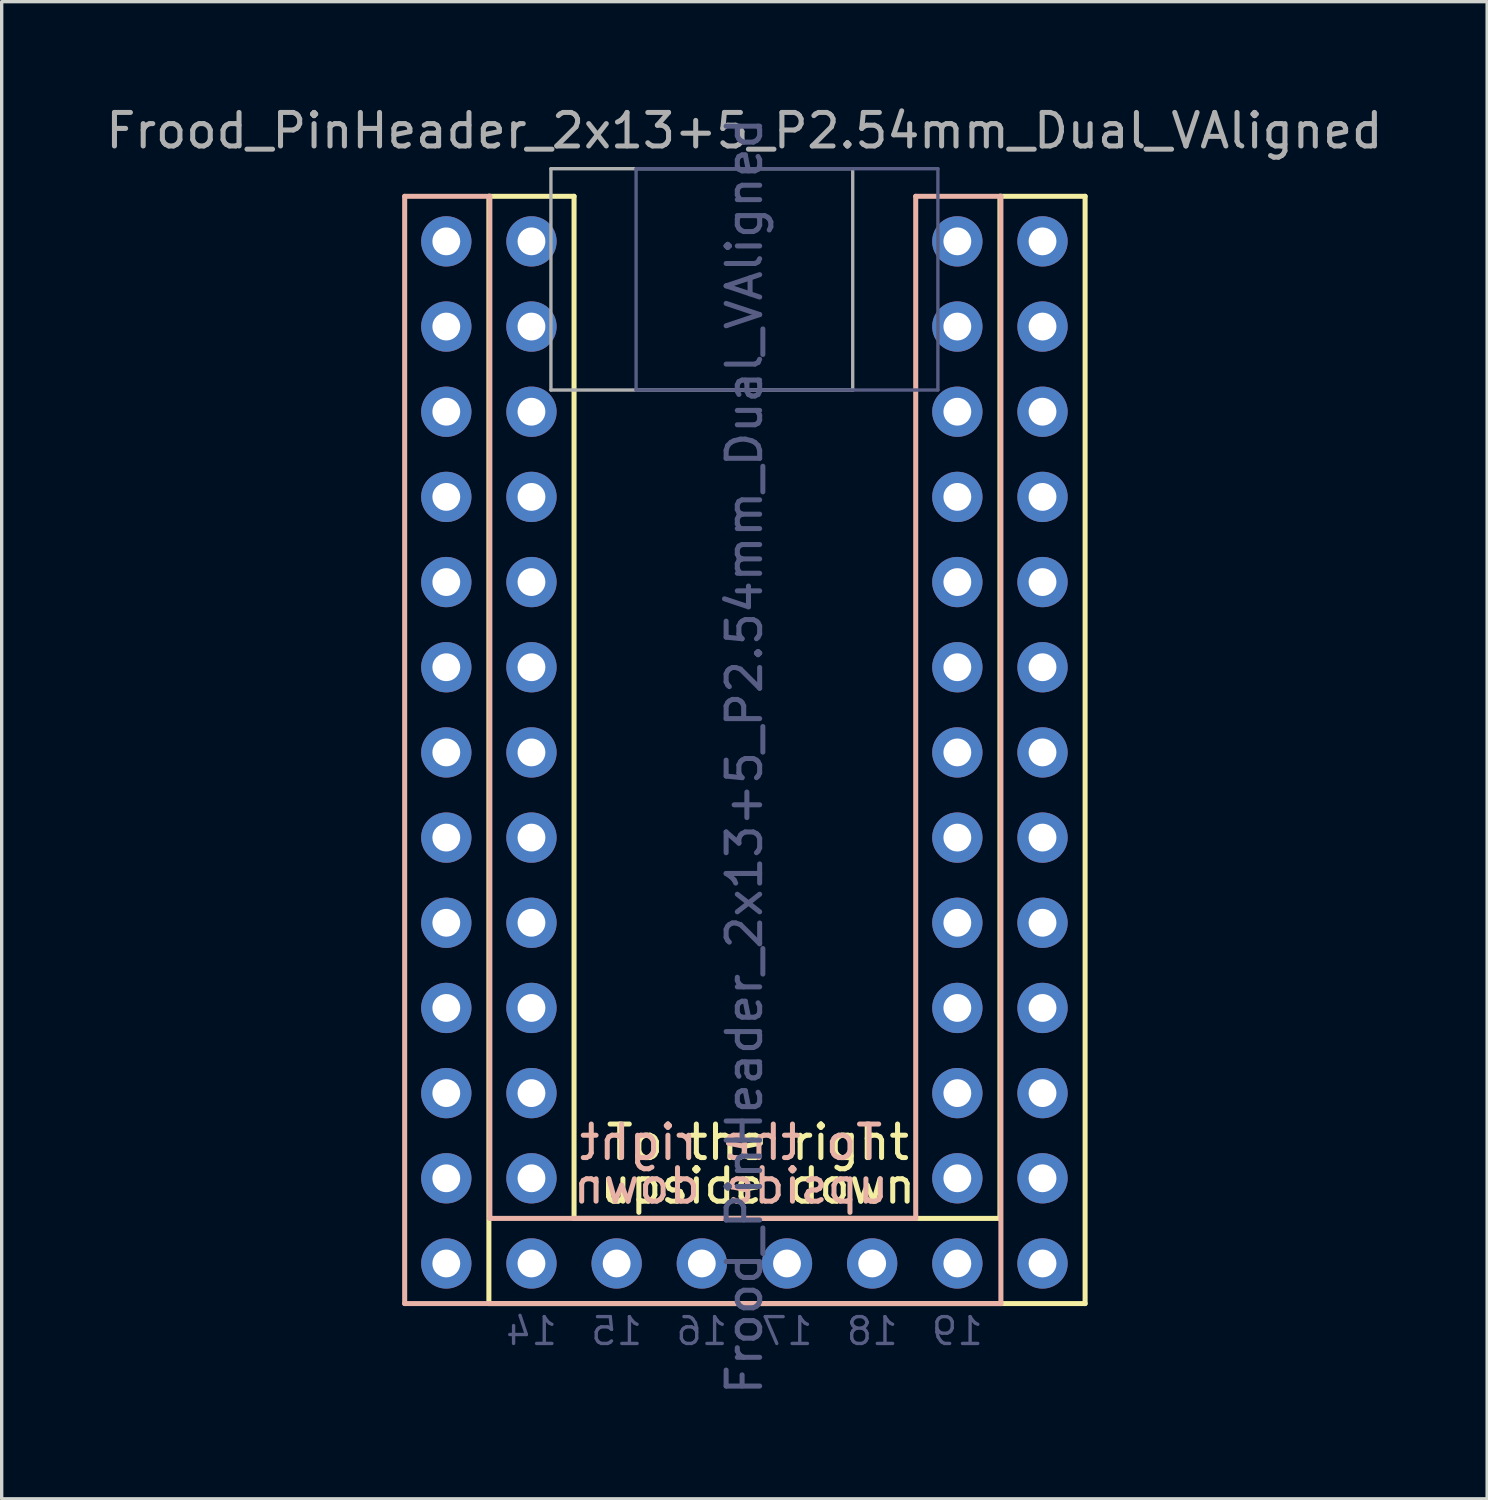
<source format=kicad_pcb>
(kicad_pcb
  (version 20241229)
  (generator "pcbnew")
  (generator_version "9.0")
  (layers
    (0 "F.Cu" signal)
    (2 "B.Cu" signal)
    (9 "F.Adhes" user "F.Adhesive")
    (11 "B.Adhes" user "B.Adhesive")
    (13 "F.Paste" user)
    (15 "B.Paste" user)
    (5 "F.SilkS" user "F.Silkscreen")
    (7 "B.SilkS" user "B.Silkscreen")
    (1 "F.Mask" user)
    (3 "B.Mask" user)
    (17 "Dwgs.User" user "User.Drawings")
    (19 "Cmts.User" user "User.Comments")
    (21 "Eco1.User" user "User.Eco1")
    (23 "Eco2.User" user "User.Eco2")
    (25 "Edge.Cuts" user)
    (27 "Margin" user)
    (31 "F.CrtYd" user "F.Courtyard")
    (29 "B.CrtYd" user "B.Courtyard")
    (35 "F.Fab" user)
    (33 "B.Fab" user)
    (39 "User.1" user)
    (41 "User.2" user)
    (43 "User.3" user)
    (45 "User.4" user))
  (footprint "Frood_PinHeader_2x13+5_P2.54mm_Dual_VAligned"
    (layer "F.Cu")
    (at 19.149 4.148)
    (property "Reference" "Frood_PinHeader_2x13+5_P2.54mm_Dual_VAligned" (at 0 -3.3 0) (layer "F.Fab") (effects (font (size 1 1) (thickness 0.15))))
    (attr through_hole)
    (fp_line (start -7.62 -1.344) (end -5.08 -1.344) (stroke (width 0.15) (type solid)) (layer "F.SilkS"))
    (fp_line (start -7.62 31.676) (end -7.62 -1.344) (stroke (width 0.15) (type solid)) (layer "F.SilkS"))
    (fp_line (start -5.08 -1.344) (end -5.08 29.136) (stroke (width 0.15) (type solid)) (layer "F.SilkS"))
    (fp_line (start 7.62 -1.344) (end 10.16 -1.344) (stroke (width 0.15) (type solid)) (layer "F.SilkS"))
    (fp_line (start 7.62 29.136) (end -5.08 29.136) (stroke (width 0.15) (type solid)) (layer "F.SilkS"))
    (fp_line (start 7.62 29.136) (end 7.62 -1.344) (stroke (width 0.15) (type solid)) (layer "F.SilkS"))
    (fp_line (start 10.16 -1.344) (end 10.16 31.676) (stroke (width 0.15) (type solid)) (layer "F.SilkS"))
    (fp_line (start 10.16 31.676) (end -7.62 31.676) (stroke (width 0.15) (type solid)) (layer "F.SilkS"))
    (fp_line (start -10.131 -1.344) (end -10.131 31.676) (stroke (width 0.15) (type solid)) (layer "B.SilkS"))
    (fp_line (start -10.131 31.676) (end 7.649 31.676) (stroke (width 0.15) (type solid)) (layer "B.SilkS"))
    (fp_line (start -7.591 -1.344) (end -10.131 -1.344) (stroke (width 0.15) (type solid)) (layer "B.SilkS"))
    (fp_line (start -7.591 29.136) (end -7.591 -1.344) (stroke (width 0.15) (type solid)) (layer "B.SilkS"))
    (fp_line (start -7.591 29.136) (end 5.109 29.136) (stroke (width 0.15) (type solid)) (layer "B.SilkS"))
    (fp_line (start 5.109 -1.344) (end 5.109 29.136) (stroke (width 0.15) (type solid)) (layer "B.SilkS"))
    (fp_line (start 7.649 -1.344) (end 5.109 -1.344) (stroke (width 0.15) (type solid)) (layer "B.SilkS"))
    (fp_line (start 7.649 31.676) (end 7.649 -1.344) (stroke (width 0.15) (type solid)) (layer "B.SilkS"))
    (fp_line (start -3.23 -2.167) (end 5.77 -2.167) (stroke (width 0.1) (type solid)) (layer "B.Fab"))
    (fp_line (start -3.23 4.433) (end -3.23 -2.167) (stroke (width 0.1) (type solid)) (layer "B.Fab"))
    (fp_line (start 5.77 -2.167) (end 5.77 4.433) (stroke (width 0.1) (type solid)) (layer "B.Fab"))
    (fp_line (start 5.77 4.433) (end -3.23 4.433) (stroke (width 0.1) (type solid)) (layer "B.Fab"))
    (fp_line (start -5.77 -2.167) (end -5.77 4.433) (stroke (width 0.1) (type solid)) (layer "F.Fab"))
    (fp_line (start -5.77 4.433) (end 3.23 4.433) (stroke (width 0.1) (type solid)) (layer "F.Fab"))
    (fp_line (start 3.23 -2.167) (end -5.77 -2.167) (stroke (width 0.1) (type solid)) (layer "F.Fab"))
    (fp_line (start 3.23 4.433) (end 3.23 -2.167) (stroke (width 0.1) (type solid)) (layer "F.Fab"))
    (fp_text user "To the right" (at 0.4 26.867 0) (unlocked yes) (layer "F.SilkS") (effects (font (size 1 1) (thickness 0.15))))
    (fp_text user "upside down" (at 0.4 28.167 0) (unlocked yes) (layer "F.SilkS") (effects (font (size 1 1) (thickness 0.15))))
    (fp_text user "To the right" (at -0.4 26.867 0) (unlocked yes) (layer "B.SilkS") (effects (font (size 1 1) (thickness 0.15)) (justify mirror)))
    (fp_text user "upside down" (at -0.4 28.167 0) (unlocked yes) (layer "B.SilkS") (effects (font (size 1 1) (thickness 0.15)) (justify mirror)))
    (fp_text user "17" (at 1.27 32.5 0) (unlocked yes) (layer "B.Fab") (effects (font (size 0.8 0.8) (thickness 0.1)) (justify mirror)))
    (fp_text user "${REFERENCE}" (at 0 15.35 270) (layer "B.Fab") (effects (font (size 1 1) (thickness 0.15))))
    (fp_text user "16" (at -1.27 32.5 0) (unlocked yes) (layer "B.Fab") (effects (font (size 0.8 0.8) (thickness 0.1)) (justify mirror)))
    (fp_text user "15" (at -3.81 32.5 0) (unlocked yes) (layer "B.Fab") (effects (font (size 0.8 0.8) (thickness 0.1)) (justify mirror)))
    (fp_text user "18" (at 3.81 32.5 0) (unlocked yes) (layer "B.Fab") (effects (font (size 0.8 0.8) (thickness 0.1)) (justify mirror)))
    (fp_text user "14" (at -6.35 32.5 0) (unlocked yes) (layer "B.Fab") (effects (font (size 0.8 0.8) (thickness 0.1)) (justify mirror)))
    (fp_text user "19" (at 6.35 32.5 0) (unlocked yes) (layer "B.Fab") (effects (font (size 0.8 0.8) (thickness 0.1)) (justify mirror)))
    (pad "1" thru_hole oval (at -8.89 0) (size 1.5 1.5) (drill 0.83) (layers "*.Cu" "F.Mask"))
    (pad "1" thru_hole oval (at 8.89 0) (size 1.5 1.5) (drill 0.83) (layers "*.Cu" "B.Mask"))
    (pad "2" thru_hole oval (at -8.89 2.54) (size 1.5 1.5) (drill 0.83) (layers "*.Cu" "F.Mask"))
    (pad "2" thru_hole oval (at 8.89 2.54) (size 1.5 1.5) (drill 0.83) (layers "*.Cu" "B.Mask"))
    (pad "3" thru_hole oval (at -8.89 5.08) (size 1.5 1.5) (drill 0.83) (layers "*.Cu" "F.Mask"))
    (pad "3" thru_hole oval (at 8.89 5.08) (size 1.5 1.5) (drill 0.83) (layers "*.Cu" "B.Mask"))
    (pad "4" thru_hole oval (at -8.89 7.62 315) (size 1.5 1.5) (drill 0.83) (layers "*.Cu" "F.Mask"))
    (pad "4" thru_hole oval (at 8.89 7.62 315) (size 1.5 1.5) (drill 0.83) (layers "*.Cu" "B.Mask"))
    (pad "5" thru_hole oval (at -8.89 10.16 315) (size 1.5 1.5) (drill 0.83) (layers "*.Cu" "F.Mask"))
    (pad "5" thru_hole oval (at 8.89 10.16 315) (size 1.5 1.5) (drill 0.83) (layers "*.Cu" "B.Mask"))
    (pad "6" thru_hole oval (at -8.89 12.7) (size 1.5 1.5) (drill 0.83) (layers "*.Cu" "F.Mask"))
    (pad "6" thru_hole oval (at 8.89 12.7) (size 1.5 1.5) (drill 0.83) (layers "*.Cu" "B.Mask"))
    (pad "7" thru_hole oval (at -8.89 15.24) (size 1.5 1.5) (drill 0.83) (layers "*.Cu" "F.Mask"))
    (pad "7" thru_hole oval (at 8.89 15.24) (size 1.5 1.5) (drill 0.83) (layers "*.Cu" "B.Mask"))
    (pad "8" thru_hole oval (at -8.89 17.78) (size 1.5 1.5) (drill 0.83) (layers "*.Cu" "F.Mask"))
    (pad "8" thru_hole oval (at 8.89 17.78) (size 1.5 1.5) (drill 0.83) (layers "*.Cu" "B.Mask"))
    (pad "9" thru_hole oval (at -8.89 20.32) (size 1.5 1.5) (drill 0.83) (layers "*.Cu" "F.Mask"))
    (pad "9" thru_hole oval (at 8.89 20.32) (size 1.5 1.5) (drill 0.83) (layers "*.Cu" "B.Mask"))
    (pad "10" thru_hole oval (at -8.89 22.86) (size 1.5 1.5) (drill 0.83) (layers "*.Cu" "F.Mask"))
    (pad "10" thru_hole oval (at 8.89 22.86) (size 1.5 1.5) (drill 0.83) (layers "*.Cu" "B.Mask"))
    (pad "11" thru_hole oval (at -8.89 25.4) (size 1.5 1.5) (drill 0.83) (layers "*.Cu" "F.Mask"))
    (pad "11" thru_hole oval (at 8.89 25.4) (size 1.5 1.5) (drill 0.83) (layers "*.Cu" "B.Mask"))
    (pad "12" thru_hole oval (at -8.89 27.94) (size 1.5 1.5) (drill 0.83) (layers "*.Cu" "F.Mask"))
    (pad "12" thru_hole oval (at 8.89 27.94) (size 1.5 1.5) (drill 0.83) (layers "*.Cu" "B.Mask"))
    (pad "13" thru_hole oval (at -8.89 30.48) (size 1.5 1.5) (drill 0.83) (layers "*.Cu" "F.Mask"))
    (pad "13" thru_hole oval (at 8.89 30.48) (size 1.5 1.5) (drill 0.83) (layers "*.Cu" "B.Mask"))
    (pad "14" thru_hole oval (at 6.35 30.48) (size 1.5 1.5) (drill 0.83) (layers "*.Cu" "*.Mask"))
    (pad "15" thru_hole oval (at 3.81 30.48) (size 1.5 1.5) (drill 0.83) (layers "*.Cu" "*.Mask"))
    (pad "16" thru_hole oval (at 1.27 30.48) (size 1.5 1.5) (drill 0.83) (layers "*.Cu" "*.Mask"))
    (pad "17" thru_hole oval (at -1.27 30.48) (size 1.5 1.5) (drill 0.83) (layers "*.Cu" "*.Mask"))
    (pad "18" thru_hole oval (at -3.81 30.48) (size 1.5 1.5) (drill 0.83) (layers "*.Cu" "*.Mask"))
    (pad "19" thru_hole oval (at -6.35 30.48) (size 1.5 1.5) (drill 0.83) (layers "*.Cu" "*.Mask"))
    (pad "20" thru_hole oval (at -6.35 27.94) (size 1.5 1.5) (drill 0.83) (layers "*.Cu" "B.Mask"))
    (pad "20" thru_hole oval (at 6.35 27.94) (size 1.5 1.5) (drill 0.83) (layers "*.Cu" "F.Mask"))
    (pad "21" thru_hole oval (at -6.35 25.4) (size 1.5 1.5) (drill 0.83) (layers "*.Cu" "B.Mask"))
    (pad "21" thru_hole oval (at 6.35 25.4) (size 1.5 1.5) (drill 0.83) (layers "*.Cu" "F.Mask"))
    (pad "22" thru_hole oval (at -6.35 22.86) (size 1.5 1.5) (drill 0.83) (layers "*.Cu" "B.Mask"))
    (pad "22" thru_hole oval (at 6.35 22.86) (size 1.5 1.5) (drill 0.83) (layers "*.Cu" "F.Mask"))
    (pad "23" thru_hole oval (at -6.35 20.32) (size 1.5 1.5) (drill 0.83) (layers "*.Cu" "B.Mask"))
    (pad "23" thru_hole oval (at 6.35 20.32) (size 1.5 1.5) (drill 0.83) (layers "*.Cu" "F.Mask"))
    (pad "24" thru_hole oval (at -6.35 17.78) (size 1.5 1.5) (drill 0.83) (layers "*.Cu" "B.Mask"))
    (pad "24" thru_hole oval (at 6.35 17.78) (size 1.5 1.5) (drill 0.83) (layers "*.Cu" "F.Mask"))
    (pad "25" thru_hole oval (at -6.35 15.24) (size 1.5 1.5) (drill 0.83) (layers "*.Cu" "B.Mask"))
    (pad "25" thru_hole oval (at 6.35 15.24) (size 1.5 1.5) (drill 0.83) (layers "*.Cu" "F.Mask"))
    (pad "26" thru_hole oval (at -6.35 12.7) (size 1.5 1.5) (drill 0.83) (layers "*.Cu" "B.Mask"))
    (pad "26" thru_hole oval (at 6.35 12.7) (size 1.5 1.5) (drill 0.83) (layers "*.Cu" "F.Mask"))
    (pad "27" thru_hole oval (at -6.35 10.16) (size 1.5 1.5) (drill 0.83) (layers "*.Cu" "B.Mask"))
    (pad "27" thru_hole oval (at 6.35 10.16) (size 1.5 1.5) (drill 0.83) (layers "*.Cu" "F.Mask"))
    (pad "28" thru_hole oval (at -6.35 7.62) (size 1.5 1.5) (drill 0.83) (layers "*.Cu" "B.Mask"))
    (pad "28" thru_hole oval (at 6.35 7.62) (size 1.5 1.5) (drill 0.83) (layers "*.Cu" "F.Mask"))
    (pad "29" thru_hole oval (at -6.35 5.08 315) (size 1.5 1.5) (drill 0.83) (layers "*.Cu" "B.Mask"))
    (pad "29" thru_hole oval (at 6.35 5.08 315) (size 1.5 1.5) (drill 0.83) (layers "*.Cu" "F.Mask"))
    (pad "30" thru_hole oval (at -6.35 2.54) (size 1.5 1.5) (drill 0.83) (layers "*.Cu" "B.Mask"))
    (pad "30" thru_hole oval (at 6.35 2.54) (size 1.5 1.5) (drill 0.83) (layers "*.Cu" "F.Mask"))
    (pad "31" thru_hole oval (at -6.35 0) (size 1.5 1.5) (drill 0.83) (layers "*.Cu" "B.Mask"))
    (pad "31" thru_hole oval (at 6.35 0) (size 1.5 1.5) (drill 0.83) (layers "*.Cu" "F.Mask")))
  (gr_rect
    (start -3 -3)
    (end 41.298 41.647)
    (stroke (width 0.1) (type default))
    (fill no)
    (layer "Edge.Cuts")))
</source>
